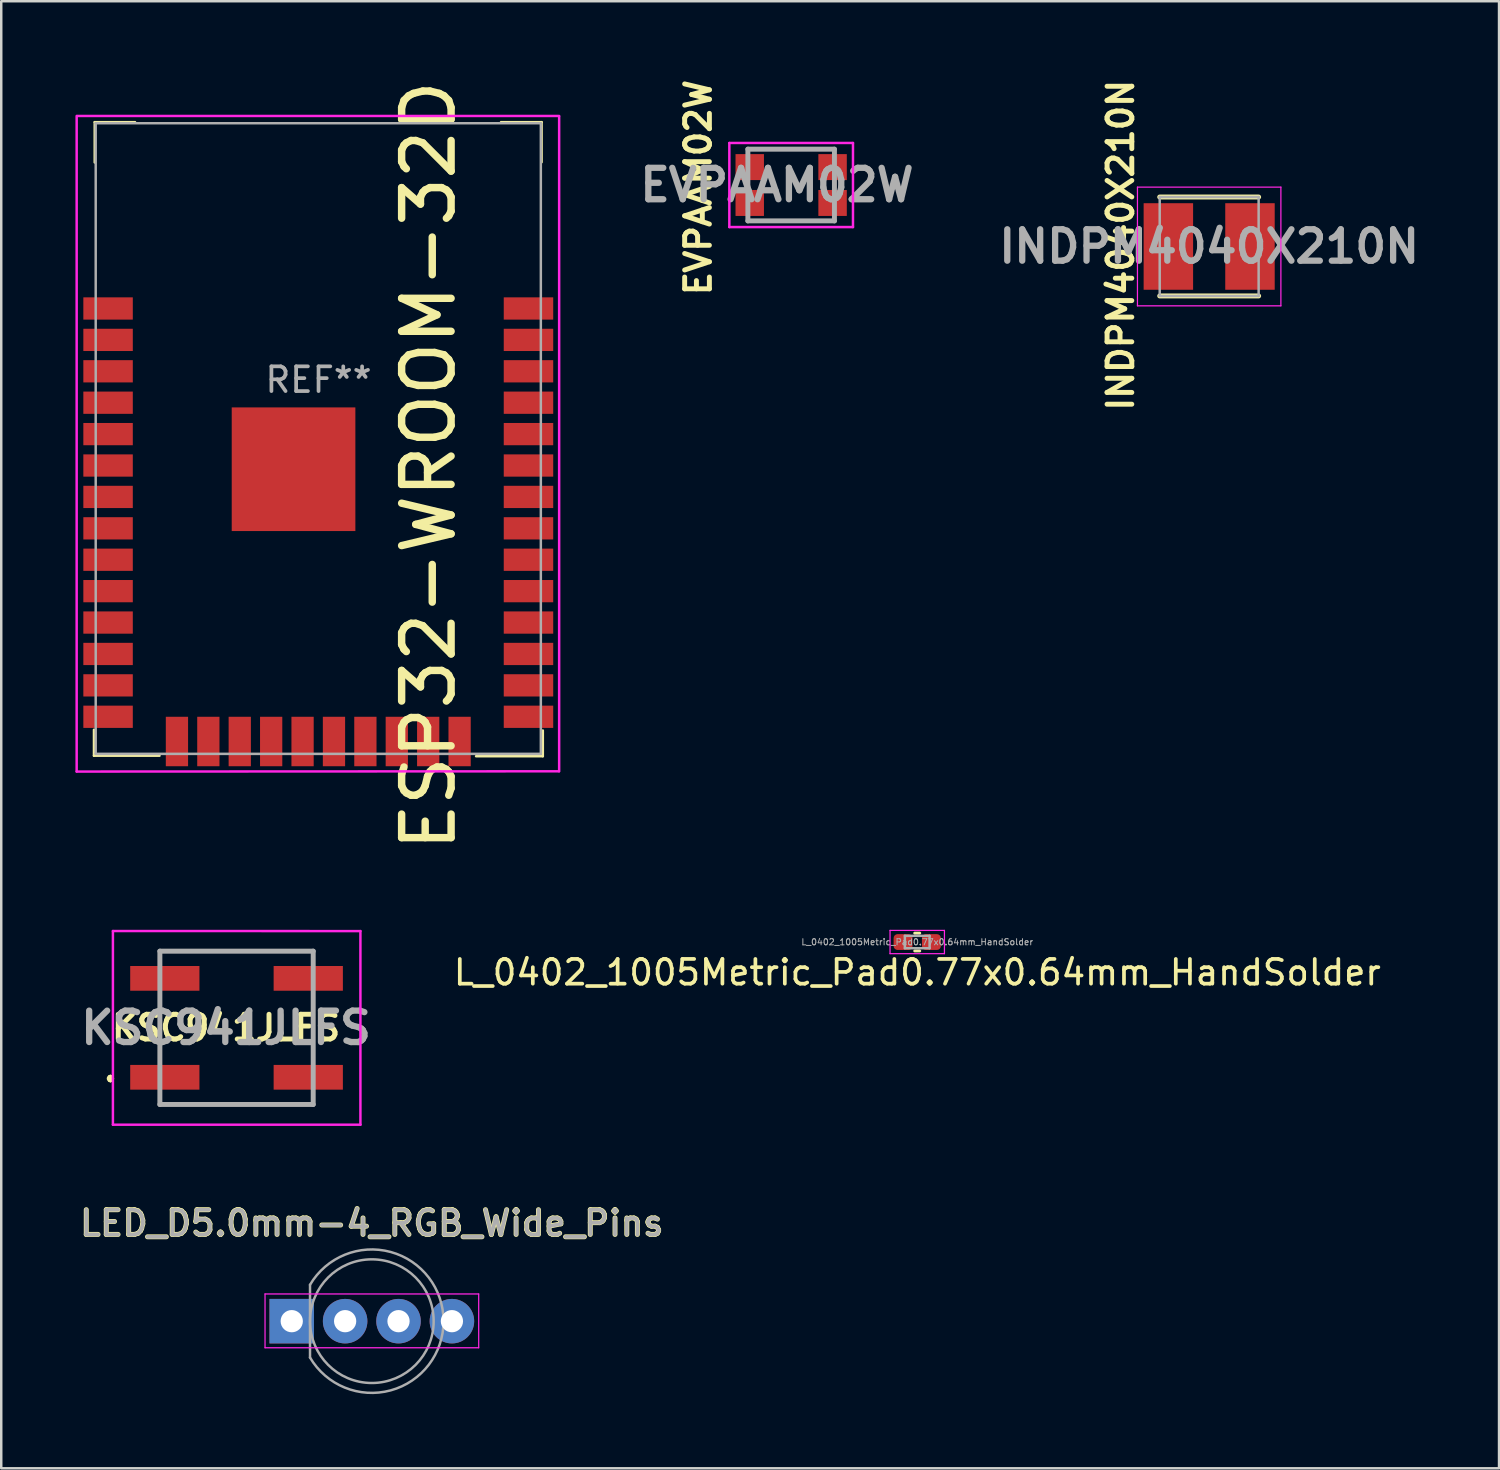
<source format=kicad_pcb>
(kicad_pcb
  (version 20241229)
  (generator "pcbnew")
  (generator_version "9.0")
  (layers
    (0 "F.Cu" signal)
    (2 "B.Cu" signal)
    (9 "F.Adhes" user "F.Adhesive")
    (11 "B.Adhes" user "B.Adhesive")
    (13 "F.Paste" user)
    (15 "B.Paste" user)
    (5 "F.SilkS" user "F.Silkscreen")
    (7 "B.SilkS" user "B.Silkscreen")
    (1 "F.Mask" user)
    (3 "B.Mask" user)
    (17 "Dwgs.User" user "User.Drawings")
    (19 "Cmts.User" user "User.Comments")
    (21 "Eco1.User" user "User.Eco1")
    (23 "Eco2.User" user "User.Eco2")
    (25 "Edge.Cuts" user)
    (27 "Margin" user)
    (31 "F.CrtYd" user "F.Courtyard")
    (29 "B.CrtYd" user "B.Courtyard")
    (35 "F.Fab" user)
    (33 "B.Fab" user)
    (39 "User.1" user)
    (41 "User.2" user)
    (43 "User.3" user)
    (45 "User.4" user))
  (footprint "EVPAAM02W"
    (layer "F.Cu")
    (at 28.942 4.432)
    (property "Reference" "EVPAAM02W" (at -3.759 0.102 90) (layer "F.SilkS") (effects (font (size 1 1) (thickness 0.2))))
    (attr smd)
    (fp_line (start -0.5 -1.45) (end -0.5 -1.45) (stroke (width 0.1) (type solid)) (layer "F.SilkS"))
    (fp_line (start -0.5 -1.45) (end 0.5 -1.45) (stroke (width 0.1) (type solid)) (layer "F.SilkS"))
    (fp_line (start -0.5 1.45) (end -0.5 1.45) (stroke (width 0.1) (type solid)) (layer "F.SilkS"))
    (fp_line (start -0.5 1.45) (end 0.5 1.45) (stroke (width 0.1) (type solid)) (layer "F.SilkS"))
    (fp_line (start 0.5 -1.45) (end -0.5 -1.45) (stroke (width 0.1) (type solid)) (layer "F.SilkS"))
    (fp_line (start 0.5 -1.45) (end 0.5 -1.45) (stroke (width 0.1) (type solid)) (layer "F.SilkS"))
    (fp_line (start 0.5 1.45) (end -0.5 1.45) (stroke (width 0.1) (type solid)) (layer "F.SilkS"))
    (fp_line (start 0.5 1.45) (end 0.5 1.45) (stroke (width 0.1) (type solid)) (layer "F.SilkS"))
    (fp_line (start -2.5 -1.7) (end 2.5 -1.7) (stroke (width 0.1) (type solid)) (layer "F.CrtYd"))
    (fp_line (start -2.5 1.7) (end -2.5 -1.7) (stroke (width 0.1) (type solid)) (layer "F.CrtYd"))
    (fp_line (start 2.5 -1.7) (end 2.5 1.7) (stroke (width 0.1) (type solid)) (layer "F.CrtYd"))
    (fp_line (start 2.5 1.7) (end -2.5 1.7) (stroke (width 0.1) (type solid)) (layer "F.CrtYd"))
    (fp_line (start -1.75 -1.45) (end -1.75 1.45) (stroke (width 0.2) (type solid)) (layer "F.Fab"))
    (fp_line (start -1.75 1.45) (end 1.75 1.45) (stroke (width 0.2) (type solid)) (layer "F.Fab"))
    (fp_line (start 1.75 -1.45) (end -1.75 -1.45) (stroke (width 0.2) (type solid)) (layer "F.Fab"))
    (fp_line (start 1.75 1.45) (end 1.75 -1.45) (stroke (width 0.2) (type solid)) (layer "F.Fab"))
    (fp_text user "${REFERENCE}" (at -0.575 0 180) (layer "F.Fab") (effects (font (size 1.27 1.27) (thickness 0.254))))
    (pad "A1" smd rect (at -1.675 -0.725 90) (size 1.05 1.15) (layers "F.Cu" "F.Mask" "F.Paste"))
    (pad "A2" smd rect (at -1.675 0.725 90) (size 1.05 1.15) (layers "F.Cu" "F.Mask" "F.Paste"))
    (pad "B1" smd rect (at 1.675 -0.725 90) (size 1.05 1.15) (layers "F.Cu" "F.Mask" "F.Paste"))
    (pad "B2" smd rect (at 1.675 0.725 90) (size 1.05 1.15) (layers "F.Cu" "F.Mask" "F.Paste")))
  (footprint "LED_D5.0mm-4_RGB_Wide_Pins"
    (layer "F.Cu")
    (at 8.747 50.374)
    (property "Reference" "LED_D5.0mm-4_RGB_Wide_Pins" (at 3.239 -3.96 0) (layer "F.SilkS") (effects (font (size 1 1) (thickness 0.2))))
    (attr through_hole)
    (fp_line (start -1.08 -1.1) (end -1.08 1.075) (stroke (width 0.05) (type solid)) (layer "F.CrtYd"))
    (fp_line (start -1.08 1.075) (end 7.56 1.075) (stroke (width 0.05) (type solid)) (layer "F.CrtYd"))
    (fp_line (start 7.56 -1.1) (end -1.08 -1.1) (stroke (width 0.05) (type solid)) (layer "F.CrtYd"))
    (fp_line (start 7.56 1.075) (end 7.56 -1.1) (stroke (width 0.05) (type solid)) (layer "F.CrtYd"))
    (fp_line (start 0.739 -1.47) (end 0.739 1.47) (stroke (width 0.1) (type solid)) (layer "F.Fab"))
    (fp_arc (start 0.7385 -1.469694) (mid 6.1385 0.000016) (end 0.738484 1.469666) (stroke (width 0.1) (type solid)) (layer "F.Fab"))
    (fp_circle (center 3.239 0) (end 5.739 0) (stroke (width 0.1) (type solid)) (fill no) (layer "F.Fab"))
    (fp_text user "${REFERENCE}" (at 3.239 -3.96 0) (layer "F.Fab") (effects (font (size 1 1) (thickness 0.15))))
    (pad "1" thru_hole rect (at 0 0) (size 1.8 1.8) (drill 0.9) (layers "*.Cu" "*.Mask"))
    (pad "2" thru_hole circle (at 4.318 0) (size 1.8 1.8) (drill 0.9) (layers "*.Cu" "*.Mask"))
    (pad "3" thru_hole circle (at 6.477 0) (size 1.8 1.8) (drill 0.9) (layers "*.Cu" "*.Mask"))
    (pad "4" thru_hole circle (at 2.159 0) (size 1.8 1.8) (drill 0.9) (layers "*.Cu" "*.Mask")))
  (footprint "ESP32-WROOM-32D"
    (layer "F.Cu")
    (at 9.82 17.679)
    (property "Reference" "ESP32-WROOM-32D" (at 4.461 -1.905 90) (layer "F.SilkS") (effects (font (size 2 2) (thickness 0.3))))
    (attr smd)
    (fp_line (start -9.07 8.78) (end -9.07 9.83) (stroke (width 0.1) (type solid)) (layer "F.SilkS"))
    (fp_line (start -9.07 9.83) (end -6.42 9.83) (stroke (width 0.1) (type solid)) (layer "F.SilkS"))
    (fp_line (start -9.04 -15.79) (end -7.41 -15.79) (stroke (width 0.1) (type solid)) (layer "F.SilkS"))
    (fp_line (start -9.04 -14.16) (end -9.04 -15.79) (stroke (width 0.1) (type solid)) (layer "F.SilkS"))
    (fp_line (start 9.03 -15.79) (end 7.39 -15.79) (stroke (width 0.1) (type solid)) (layer "F.SilkS"))
    (fp_line (start 9.03 -14.17) (end 9.03 -15.79) (stroke (width 0.1) (type solid)) (layer "F.SilkS"))
    (fp_line (start 9.08 8.81) (end 9.08 9.85) (stroke (width 0.1) (type solid)) (layer "F.SilkS"))
    (fp_line (start 9.08 9.85) (end 6.38 9.85) (stroke (width 0.1) (type solid)) (layer "F.SilkS"))
    (fp_line (start -9.77 -16.04) (end -9.77 10.47) (stroke (width 0.1) (type solid)) (layer "F.CrtYd"))
    (fp_line (start -9.77 10.47) (end 9.73 10.46) (stroke (width 0.1) (type solid)) (layer "F.CrtYd"))
    (fp_line (start 9.74 -16.04) (end -9.74 -16.04) (stroke (width 0.1) (type solid)) (layer "F.CrtYd"))
    (fp_line (start 9.74 10.46) (end 9.74 -16.02) (stroke (width 0.1) (type solid)) (layer "F.CrtYd"))
    (fp_line (start -9 -15.748) (end -9 9.755) (stroke (width 0.1) (type solid)) (layer "F.Fab"))
    (fp_line (start -9 -15.745) (end 9 -15.745) (stroke (width 0.1) (type solid)) (layer "F.Fab"))
    (fp_line (start -9 9.755) (end 9 9.755) (stroke (width 0.1) (type solid)) (layer "F.Fab"))
    (fp_line (start 9 -15.748) (end 9 9.755) (stroke (width 0.1) (type solid)) (layer "F.Fab"))
    (fp_text user "REF**" (at 0.01 -5.37 180) (layer "F.Fab") (effects (font (size 1 1) (thickness 0.15))))
    (pad "1" smd rect (at -8.5 -8.255) (size 2 0.9) (layers "F.Cu" "F.Mask" "F.Paste"))
    (pad "2" smd rect (at -8.5 -6.985) (size 2 0.9) (layers "F.Cu" "F.Mask" "F.Paste"))
    (pad "3" smd rect (at -8.5 -5.715) (size 2 0.9) (layers "F.Cu" "F.Mask" "F.Paste"))
    (pad "4" smd rect (at -8.5 -4.445) (size 2 0.9) (layers "F.Cu" "F.Mask" "F.Paste"))
    (pad "5" smd rect (at -8.5 -3.175) (size 2 0.9) (layers "F.Cu" "F.Mask" "F.Paste"))
    (pad "6" smd rect (at -8.5 -1.905) (size 2 0.9) (layers "F.Cu" "F.Mask" "F.Paste"))
    (pad "7" smd rect (at -8.5 -0.635) (size 2 0.9) (layers "F.Cu" "F.Mask" "F.Paste"))
    (pad "8" smd rect (at -8.5 0.635) (size 2 0.9) (layers "F.Cu" "F.Mask" "F.Paste"))
    (pad "9" smd rect (at -8.5 1.905) (size 2 0.9) (layers "F.Cu" "F.Mask" "F.Paste"))
    (pad "10" smd rect (at -8.5 3.175) (size 2 0.9) (layers "F.Cu" "F.Mask" "F.Paste"))
    (pad "11" smd rect (at -8.5 4.445) (size 2 0.9) (layers "F.Cu" "F.Mask" "F.Paste"))
    (pad "12" smd rect (at -8.5 5.715) (size 2 0.9) (layers "F.Cu" "F.Mask" "F.Paste"))
    (pad "13" smd rect (at -8.5 6.985) (size 2 0.9) (layers "F.Cu" "F.Mask" "F.Paste"))
    (pad "14" smd rect (at -8.5 8.255) (size 2 0.9) (layers "F.Cu" "F.Mask" "F.Paste"))
    (pad "15" smd rect (at -5.715 9.255 90) (size 2 0.9) (layers "F.Cu" "F.Mask" "F.Paste"))
    (pad "16" smd rect (at -4.445 9.255 90) (size 2 0.9) (layers "F.Cu" "F.Mask" "F.Paste"))
    (pad "17" smd rect (at -3.175 9.255 90) (size 2 0.9) (layers "F.Cu" "F.Mask" "F.Paste"))
    (pad "18" smd rect (at -1.905 9.255 90) (size 2 0.9) (layers "F.Cu" "F.Mask" "F.Paste"))
    (pad "19" smd rect (at -0.635 9.255 90) (size 2 0.9) (layers "F.Cu" "F.Mask" "F.Paste"))
    (pad "20" smd rect (at 0.635 9.255 90) (size 2 0.9) (layers "F.Cu" "F.Mask" "F.Paste"))
    (pad "21" smd rect (at 1.905 9.255 90) (size 2 0.9) (layers "F.Cu" "F.Mask" "F.Paste"))
    (pad "22" smd rect (at 3.175 9.255 90) (size 2 0.9) (layers "F.Cu" "F.Mask" "F.Paste"))
    (pad "23" smd rect (at 4.445 9.255 90) (size 2 0.9) (layers "F.Cu" "F.Mask" "F.Paste"))
    (pad "24" smd rect (at 5.715 9.255 90) (size 2 0.9) (layers "F.Cu" "F.Mask" "F.Paste"))
    (pad "25" smd rect (at 8.5 8.255) (size 2 0.9) (layers "F.Cu" "F.Mask" "F.Paste"))
    (pad "26" smd rect (at 8.5 6.985) (size 2 0.9) (layers "F.Cu" "F.Mask" "F.Paste"))
    (pad "27" smd rect (at 8.5 5.715) (size 2 0.9) (layers "F.Cu" "F.Mask" "F.Paste"))
    (pad "28" smd rect (at 8.5 4.445) (size 2 0.9) (layers "F.Cu" "F.Mask" "F.Paste"))
    (pad "29" smd rect (at 8.5 3.175) (size 2 0.9) (layers "F.Cu" "F.Mask" "F.Paste"))
    (pad "30" smd rect (at 8.5 1.905) (size 2 0.9) (layers "F.Cu" "F.Mask" "F.Paste"))
    (pad "31" smd rect (at 8.5 0.635) (size 2 0.9) (layers "F.Cu" "F.Mask" "F.Paste"))
    (pad "32" smd rect (at 8.5 -0.635) (size 2 0.9) (layers "F.Cu" "F.Mask" "F.Paste"))
    (pad "33" smd rect (at 8.5 -1.905) (size 2 0.9) (layers "F.Cu" "F.Mask" "F.Paste"))
    (pad "34" smd rect (at 8.5 -3.175) (size 2 0.9) (layers "F.Cu" "F.Mask" "F.Paste"))
    (pad "35" smd rect (at 8.5 -4.445) (size 2 0.9) (layers "F.Cu" "F.Mask" "F.Paste"))
    (pad "36" smd rect (at 8.5 -5.715) (size 2 0.9) (layers "F.Cu" "F.Mask" "F.Paste"))
    (pad "37" smd rect (at 8.5 -6.985) (size 2 0.9) (layers "F.Cu" "F.Mask" "F.Paste"))
    (pad "38" smd rect (at 8.5 -8.255) (size 2 0.9) (layers "F.Cu" "F.Mask" "F.Paste"))
    (pad "39" smd rect (at -1 -1.755) (size 5 5) (layers "F.Cu" "F.Mask" "F.Paste")))
  (footprint "INDPM4040X210N"
    (layer "F.Cu")
    (at 45.845 6.917)
    (property "Reference" "INDPM4040X210N" (at -3.581 -0.051 270) (layer "F.SilkS") (effects (font (size 1 1) (thickness 0.2))))
    (attr smd)
    (fp_line (start -2 2) (end 2 2) (stroke (width 0.2) (type solid)) (layer "F.SilkS"))
    (fp_line (start 2 -2) (end -2 -2) (stroke (width 0.2) (type solid)) (layer "F.SilkS"))
    (fp_line (start -2.9 -2.4) (end 2.9 -2.4) (stroke (width 0.05) (type solid)) (layer "F.CrtYd"))
    (fp_line (start -2.9 2.4) (end -2.9 -2.4) (stroke (width 0.05) (type solid)) (layer "F.CrtYd"))
    (fp_line (start 2.9 -2.4) (end 2.9 2.4) (stroke (width 0.05) (type solid)) (layer "F.CrtYd"))
    (fp_line (start 2.9 2.4) (end -2.9 2.4) (stroke (width 0.05) (type solid)) (layer "F.CrtYd"))
    (fp_line (start -2 -2) (end 2 -2) (stroke (width 0.1) (type solid)) (layer "F.Fab"))
    (fp_line (start -2 2) (end -2 -2) (stroke (width 0.1) (type solid)) (layer "F.Fab"))
    (fp_line (start 2 -2) (end 2 2) (stroke (width 0.1) (type solid)) (layer "F.Fab"))
    (fp_line (start 2 2) (end -2 2) (stroke (width 0.1) (type solid)) (layer "F.Fab"))
    (fp_text user "${REFERENCE}" (at 0 0 180) (layer "F.Fab") (effects (font (size 1.27 1.27) (thickness 0.254))))
    (pad "1" smd rect (at -1.65 0) (size 2 3.5) (layers "F.Cu" "F.Mask" "F.Paste"))
    (pad "2" smd rect (at 1.65 0) (size 2 3.5) (layers "F.Cu" "F.Mask" "F.Paste")))
  (footprint "KSC941JLFS"
    (layer "F.Cu")
    (at 6.515 38.512)
    (property "Reference" "KSC941JLFS" (at -0.425 0 0) (layer "F.SilkS") (effects (font (size 1 1) (thickness 0.2))))
    (attr smd)
    (fp_line (start -5.1 2) (end -5.1 2) (stroke (width 0.2) (type solid)) (layer "F.SilkS"))
    (fp_line (start -5.1 2.1) (end -5.1 2.1) (stroke (width 0.2) (type solid)) (layer "F.SilkS"))
    (fp_line (start -5.1 2.1) (end -5.1 2.1) (stroke (width 0.2) (type solid)) (layer "F.SilkS"))
    (fp_line (start -3.1 -3.1) (end -3.1 -3.1) (stroke (width 0.1) (type solid)) (layer "F.SilkS"))
    (fp_line (start -3.1 -3.1) (end 3.1 -3.1) (stroke (width 0.1) (type solid)) (layer "F.SilkS"))
    (fp_line (start -3.1 -0.75) (end -3.1 -0.75) (stroke (width 0.1) (type solid)) (layer "F.SilkS"))
    (fp_line (start -3.1 -0.75) (end -3.1 0.75) (stroke (width 0.1) (type solid)) (layer "F.SilkS"))
    (fp_line (start -3.1 0.75) (end -3.1 -0.75) (stroke (width 0.1) (type solid)) (layer "F.SilkS"))
    (fp_line (start -3.1 0.75) (end -3.1 0.75) (stroke (width 0.1) (type solid)) (layer "F.SilkS"))
    (fp_line (start -3.1 3.1) (end -3.1 3.1) (stroke (width 0.1) (type solid)) (layer "F.SilkS"))
    (fp_line (start -3.1 3.1) (end 3.1 3.1) (stroke (width 0.1) (type solid)) (layer "F.SilkS"))
    (fp_line (start 3.1 -3.1) (end -3.1 -3.1) (stroke (width 0.1) (type solid)) (layer "F.SilkS"))
    (fp_line (start 3.1 -3.1) (end 3.1 -3.1) (stroke (width 0.1) (type solid)) (layer "F.SilkS"))
    (fp_line (start 3.1 -0.75) (end 3.1 -0.75) (stroke (width 0.1) (type solid)) (layer "F.SilkS"))
    (fp_line (start 3.1 -0.75) (end 3.1 0.75) (stroke (width 0.1) (type solid)) (layer "F.SilkS"))
    (fp_line (start 3.1 0.75) (end 3.1 -0.75) (stroke (width 0.1) (type solid)) (layer "F.SilkS"))
    (fp_line (start 3.1 0.75) (end 3.1 0.75) (stroke (width 0.1) (type solid)) (layer "F.SilkS"))
    (fp_line (start 3.1 3.1) (end -3.1 3.1) (stroke (width 0.1) (type solid)) (layer "F.SilkS"))
    (fp_line (start 3.1 3.1) (end 3.1 3.1) (stroke (width 0.1) (type solid)) (layer "F.SilkS"))
    (fp_arc (start -5.1 2) (mid -5.05 2.05) (end -5.1 2.1) (stroke (width 0.2) (type solid)) (layer "F.SilkS"))
    (fp_arc (start -5.1 2) (mid -5.05 2.05) (end -5.1 2.1) (stroke (width 0.2) (type solid)) (layer "F.SilkS"))
    (fp_arc (start -5.1 2.1) (mid -5.15 2.05) (end -5.1 2) (stroke (width 0.2) (type solid)) (layer "F.SilkS"))
    (fp_line (start -4.999 -3.914) (end 5.009 -3.912) (stroke (width 0.1) (type solid)) (layer "F.CrtYd"))
    (fp_line (start -4.999 3.917) (end -4.999 -3.914) (stroke (width 0.1) (type solid)) (layer "F.CrtYd"))
    (fp_line (start 5.009 -3.912) (end 5.009 3.917) (stroke (width 0.1) (type solid)) (layer "F.CrtYd"))
    (fp_line (start 5.011 3.917) (end -4.999 3.917) (stroke (width 0.1) (type solid)) (layer "F.CrtYd"))
    (fp_line (start -3.1 -3.1) (end -3.1 3.1) (stroke (width 0.2) (type solid)) (layer "F.Fab"))
    (fp_line (start -3.1 3.1) (end 3.1 3.1) (stroke (width 0.2) (type solid)) (layer "F.Fab"))
    (fp_line (start 3.1 -3.1) (end -3.1 -3.1) (stroke (width 0.2) (type solid)) (layer "F.Fab"))
    (fp_line (start 3.1 3.1) (end 3.1 -3.1) (stroke (width 0.2) (type solid)) (layer "F.Fab"))
    (fp_text user "${REFERENCE}" (at -0.425 0 0) (layer "F.Fab") (effects (font (size 1.27 1.27) (thickness 0.254))))
    (pad "1" smd rect (at -2.9 2 90) (size 1 2.8) (layers "F.Cu" "F.Mask" "F.Paste"))
    (pad "2" smd rect (at 2.9 2 90) (size 1 2.8) (layers "F.Cu" "F.Mask" "F.Paste"))
    (pad "3" smd rect (at 2.9 -2 90) (size 1 2.8) (layers "F.Cu" "F.Mask" "F.Paste"))
    (pad "4" smd rect (at -2.9 -2 90) (size 1 2.8) (layers "F.Cu" "F.Mask" "F.Paste")))
  (footprint "L_0402_1005Metric_Pad0.77x0.64mm_HandSolder"
    (layer "F.Cu")
    (at 34.04 35.043)
    (property "Reference" "L_0402_1005Metric_Pad0.77x0.64mm_HandSolder" (at 0.003 1.229 180) (layer "F.SilkS") (effects (font (size 1 1) (thickness 0.15))))
    (attr smd)
    (fp_line (start -0.1 -0.36) (end 0.1 -0.36) (stroke (width 0.12) (type solid)) (layer "F.SilkS"))
    (fp_line (start -0.1 0.36) (end 0.1 0.36) (stroke (width 0.12) (type solid)) (layer "F.SilkS"))
    (fp_line (start -1.1 -0.47) (end 1.1 -0.47) (stroke (width 0.05) (type solid)) (layer "F.CrtYd"))
    (fp_line (start -1.1 0.47) (end -1.1 -0.47) (stroke (width 0.05) (type solid)) (layer "F.CrtYd"))
    (fp_line (start 1.1 -0.47) (end 1.1 0.47) (stroke (width 0.05) (type solid)) (layer "F.CrtYd"))
    (fp_line (start 1.1 0.47) (end -1.1 0.47) (stroke (width 0.05) (type solid)) (layer "F.CrtYd"))
    (fp_line (start -0.5 -0.25) (end 0.5 -0.25) (stroke (width 0.1) (type solid)) (layer "F.Fab"))
    (fp_line (start -0.5 0.25) (end -0.5 -0.25) (stroke (width 0.1) (type solid)) (layer "F.Fab"))
    (fp_line (start 0.5 -0.25) (end 0.5 0.25) (stroke (width 0.1) (type solid)) (layer "F.Fab"))
    (fp_line (start 0.5 0.25) (end -0.5 0.25) (stroke (width 0.1) (type solid)) (layer "F.Fab"))
    (fp_text user "${REFERENCE}" (at 0 0 180) (layer "F.Fab") (effects (font (size 0.25 0.25) (thickness 0.04))))
    (pad "1" smd roundrect (at -0.573 0) (size 0.765 0.64) (layers "F.Cu" "F.Mask" "F.Paste") (roundrect_rratio 0.25))
    (pad "2" smd roundrect (at 0.573 0) (size 0.765 0.64) (layers "F.Cu" "F.Mask" "F.Paste") (roundrect_rratio 0.25)))
  (gr_rect
    (start -3 -3)
    (end 57.566 56.324)
    (stroke (width 0.1) (type default))
    (fill no)
    (layer "Edge.Cuts")))
</source>
